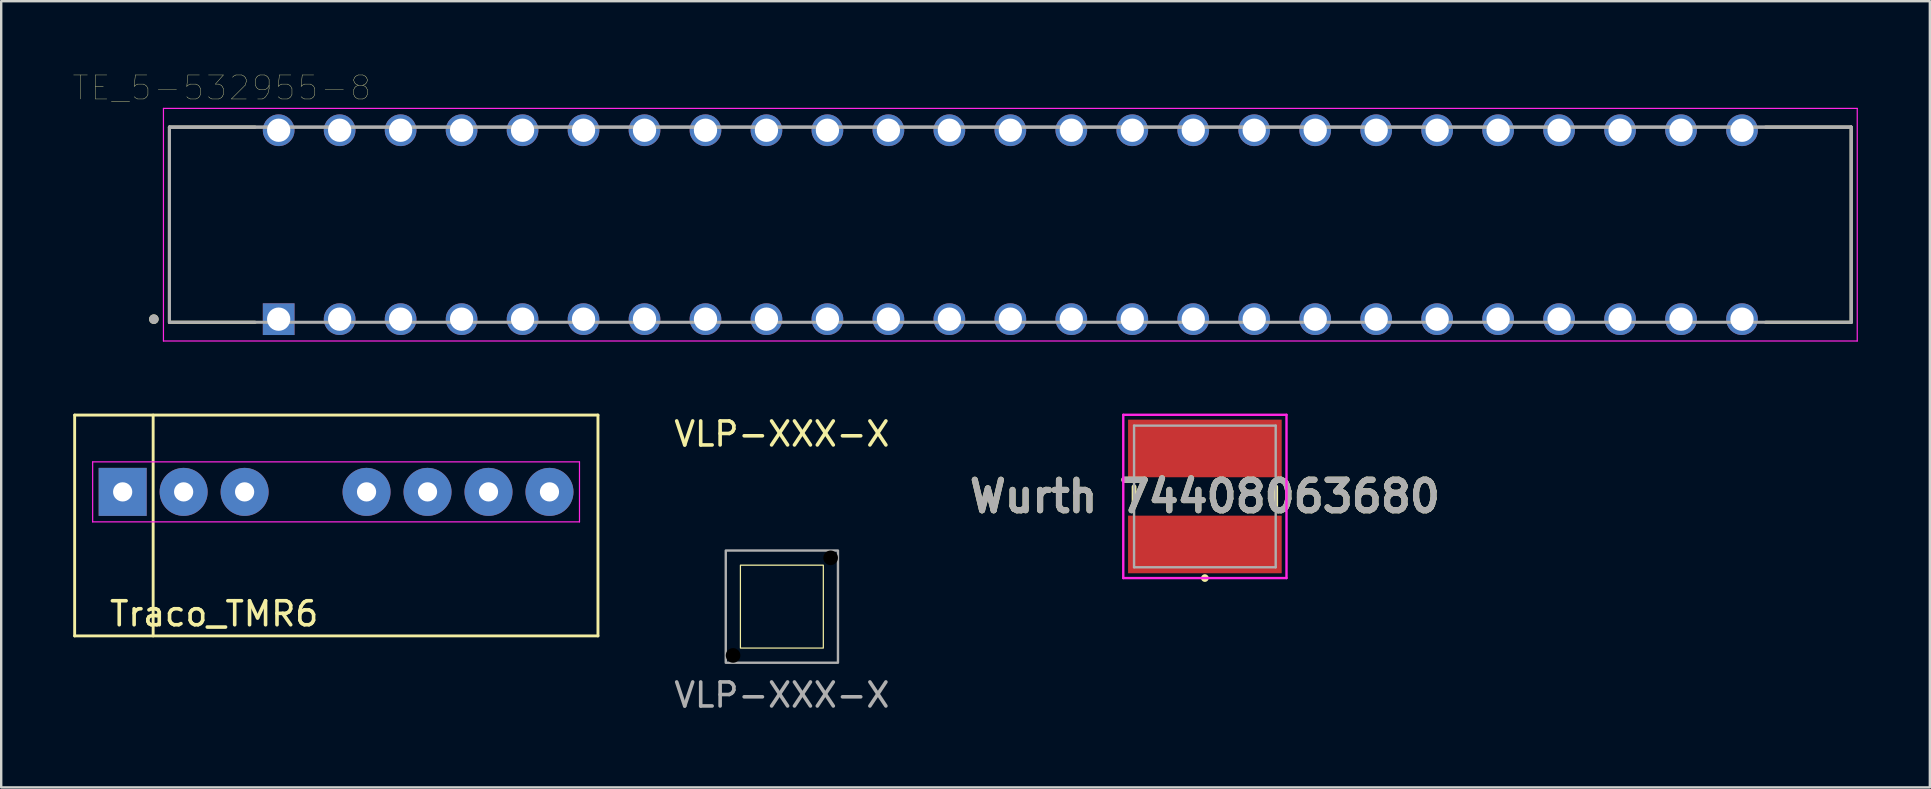
<source format=kicad_pcb>
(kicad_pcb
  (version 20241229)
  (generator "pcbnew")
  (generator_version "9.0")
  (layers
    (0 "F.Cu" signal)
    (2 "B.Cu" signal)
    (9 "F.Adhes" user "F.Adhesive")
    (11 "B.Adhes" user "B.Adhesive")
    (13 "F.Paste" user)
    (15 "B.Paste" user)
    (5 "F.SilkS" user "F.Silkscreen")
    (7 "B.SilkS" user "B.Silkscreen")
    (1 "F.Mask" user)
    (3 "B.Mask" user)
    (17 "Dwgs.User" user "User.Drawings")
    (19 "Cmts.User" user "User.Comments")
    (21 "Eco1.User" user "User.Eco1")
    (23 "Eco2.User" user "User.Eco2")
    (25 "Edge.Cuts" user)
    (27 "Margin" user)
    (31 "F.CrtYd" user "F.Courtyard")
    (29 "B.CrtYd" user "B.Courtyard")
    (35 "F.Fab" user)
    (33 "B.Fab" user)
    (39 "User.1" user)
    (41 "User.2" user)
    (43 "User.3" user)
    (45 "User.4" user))
  (footprint "Wurth 74408063680"
    (layer "F.Cu")
    (at 47.143 17.631)
    (property "Reference" "Wurth 74408063680" (at 0 0 0) (layer "F.SilkS") (effects (font (size 1.27 1.27) (thickness 0.254))))
    (attr smd)
    (fp_line (start -2.95 0.4) (end -2.95 -0.4) (stroke (width 0.2) (type solid)) (layer "F.SilkS"))
    (fp_line (start 2.95 0.4) (end 2.95 -0.4) (stroke (width 0.2) (type solid)) (layer "F.SilkS"))
    (fp_circle (center 0 3.4) (end 0.1 3.4) (stroke (width 0.12) (type solid)) (fill yes) (layer "F.SilkS"))
    (fp_line (start -3.4 -3.4) (end -3.4 3.4) (stroke (width 0.1) (type solid)) (layer "F.CrtYd"))
    (fp_line (start -3.4 3.4) (end 3.4 3.4) (stroke (width 0.1) (type solid)) (layer "F.CrtYd"))
    (fp_line (start 3.4 -3.4) (end -3.4 -3.4) (stroke (width 0.1) (type solid)) (layer "F.CrtYd"))
    (fp_line (start 3.4 3.4) (end 3.4 -3.4) (stroke (width 0.1) (type solid)) (layer "F.CrtYd"))
    (fp_line (start -2.95 -2.95) (end -2.95 2.95) (stroke (width 0.1) (type solid)) (layer "F.Fab"))
    (fp_line (start -2.95 2.95) (end 2.95 2.95) (stroke (width 0.1) (type solid)) (layer "F.Fab"))
    (fp_line (start 2.95 -2.95) (end -2.95 -2.95) (stroke (width 0.1) (type solid)) (layer "F.Fab"))
    (fp_line (start 2.95 2.95) (end 2.95 -2.95) (stroke (width 0.1) (type solid)) (layer "F.Fab"))
    (fp_text user "${REFERENCE}" (at 0 0 0) (layer "F.Fab") (effects (font (size 1.27 1.27) (thickness 0.254))))
    (pad "1" smd rect (at 0 2 90) (size 2.4 6.4) (layers "F.Cu" "F.Mask" "F.Paste"))
    (pad "2" smd rect (at 0 -2 90) (size 2.4 6.4) (layers "F.Cu" "F.Mask" "F.Paste")))
  (footprint "TE_5-532955-8"
    (layer "F.Cu")
    (at 8.559 10.246)
    (property "Reference" "TE_5-532955-8" (at -2.375 -9.635 0) (layer "F.SilkS") (effects (font (size 1 1) (thickness 0.015))))
    (attr through_hole)
    (fp_line (start -4.55 -8) (end -0.98 -8) (stroke (width 0.127) (type solid)) (layer "F.SilkS"))
    (fp_line (start -4.55 0.13) (end -4.55 -8) (stroke (width 0.127) (type solid)) (layer "F.SilkS"))
    (fp_line (start -0.98 0.13) (end -4.55 0.13) (stroke (width 0.127) (type solid)) (layer "F.SilkS"))
    (fp_line (start 61.94 -8) (end 65.51 -8) (stroke (width 0.127) (type solid)) (layer "F.SilkS"))
    (fp_line (start 61.94 0.13) (end 65.51 0.13) (stroke (width 0.127) (type solid)) (layer "F.SilkS"))
    (fp_line (start 65.51 -8) (end 65.51 0.13) (stroke (width 0.127) (type solid)) (layer "F.SilkS"))
    (fp_circle (center -5.2 0) (end -5.1 0) (stroke (width 0.2) (type solid)) (fill no) (layer "F.SilkS"))
    (fp_line (start -4.8 -8.78) (end 65.76 -8.78) (stroke (width 0.05) (type solid)) (layer "F.CrtYd"))
    (fp_line (start -4.8 0.91) (end -4.8 -8.78) (stroke (width 0.05) (type solid)) (layer "F.CrtYd"))
    (fp_line (start 65.76 -8.78) (end 65.76 0.91) (stroke (width 0.05) (type solid)) (layer "F.CrtYd"))
    (fp_line (start 65.76 0.91) (end -4.8 0.91) (stroke (width 0.05) (type solid)) (layer "F.CrtYd"))
    (fp_line (start -4.55 -8) (end 65.51 -8) (stroke (width 0.127) (type solid)) (layer "F.Fab"))
    (fp_line (start -4.55 -8) (end 65.51 -8) (stroke (width 0.127) (type solid)) (layer "F.Fab"))
    (fp_line (start -4.55 0.13) (end -4.55 -8) (stroke (width 0.127) (type solid)) (layer "F.Fab"))
    (fp_line (start -4.55 0.13) (end -4.55 -8) (stroke (width 0.127) (type solid)) (layer "F.Fab"))
    (fp_line (start 65.51 -8) (end 65.51 0.13) (stroke (width 0.127) (type solid)) (layer "F.Fab"))
    (fp_line (start 65.51 -8) (end 65.51 0.13) (stroke (width 0.127) (type solid)) (layer "F.Fab"))
    (fp_line (start 65.51 0.13) (end -4.55 0.13) (stroke (width 0.127) (type solid)) (layer "F.Fab"))
    (fp_circle (center -5.2 0) (end -5.1 0) (stroke (width 0.2) (type solid)) (fill no) (layer "F.Fab"))
    (pad "1" thru_hole rect (at 0 0) (size 1.32 1.32) (drill 0.97) (layers "*.Cu" "*.Mask"))
    (pad "2" thru_hole circle (at 2.54 0) (size 1.32 1.32) (drill 0.97) (layers "*.Cu" "*.Mask"))
    (pad "3" thru_hole circle (at 5.08 0) (size 1.32 1.32) (drill 0.97) (layers "*.Cu" "*.Mask"))
    (pad "4" thru_hole circle (at 7.62 0) (size 1.32 1.32) (drill 0.97) (layers "*.Cu" "*.Mask"))
    (pad "5" thru_hole circle (at 10.16 0) (size 1.32 1.32) (drill 0.97) (layers "*.Cu" "*.Mask"))
    (pad "6" thru_hole circle (at 12.7 0) (size 1.32 1.32) (drill 0.97) (layers "*.Cu" "*.Mask"))
    (pad "7" thru_hole circle (at 15.24 0) (size 1.32 1.32) (drill 0.97) (layers "*.Cu" "*.Mask"))
    (pad "8" thru_hole circle (at 17.78 0) (size 1.32 1.32) (drill 0.97) (layers "*.Cu" "*.Mask"))
    (pad "9" thru_hole circle (at 20.32 0) (size 1.32 1.32) (drill 0.97) (layers "*.Cu" "*.Mask"))
    (pad "10" thru_hole circle (at 22.86 0) (size 1.32 1.32) (drill 0.97) (layers "*.Cu" "*.Mask"))
    (pad "11" thru_hole circle (at 25.4 0) (size 1.32 1.32) (drill 0.97) (layers "*.Cu" "*.Mask"))
    (pad "12" thru_hole circle (at 27.94 0) (size 1.32 1.32) (drill 0.97) (layers "*.Cu" "*.Mask"))
    (pad "13" thru_hole circle (at 30.48 0) (size 1.32 1.32) (drill 0.97) (layers "*.Cu" "*.Mask"))
    (pad "14" thru_hole circle (at 33.02 0) (size 1.32 1.32) (drill 0.97) (layers "*.Cu" "*.Mask"))
    (pad "15" thru_hole circle (at 35.56 0) (size 1.32 1.32) (drill 0.97) (layers "*.Cu" "*.Mask"))
    (pad "16" thru_hole circle (at 38.1 0) (size 1.32 1.32) (drill 0.97) (layers "*.Cu" "*.Mask"))
    (pad "17" thru_hole circle (at 40.64 0) (size 1.32 1.32) (drill 0.97) (layers "*.Cu" "*.Mask"))
    (pad "18" thru_hole circle (at 43.18 0) (size 1.32 1.32) (drill 0.97) (layers "*.Cu" "*.Mask"))
    (pad "19" thru_hole circle (at 45.72 0) (size 1.32 1.32) (drill 0.97) (layers "*.Cu" "*.Mask"))
    (pad "20" thru_hole circle (at 48.26 0) (size 1.32 1.32) (drill 0.97) (layers "*.Cu" "*.Mask"))
    (pad "21" thru_hole circle (at 50.8 0) (size 1.32 1.32) (drill 0.97) (layers "*.Cu" "*.Mask"))
    (pad "22" thru_hole circle (at 53.34 0) (size 1.32 1.32) (drill 0.97) (layers "*.Cu" "*.Mask"))
    (pad "23" thru_hole circle (at 55.88 0) (size 1.32 1.32) (drill 0.97) (layers "*.Cu" "*.Mask"))
    (pad "24" thru_hole circle (at 58.42 0) (size 1.32 1.32) (drill 0.97) (layers "*.Cu" "*.Mask"))
    (pad "25" thru_hole circle (at 60.96 0) (size 1.32 1.32) (drill 0.97) (layers "*.Cu" "*.Mask"))
    (pad "26" thru_hole circle (at 0 -7.87) (size 1.32 1.32) (drill 0.97) (layers "*.Cu" "*.Mask"))
    (pad "27" thru_hole circle (at 2.54 -7.87) (size 1.32 1.32) (drill 0.97) (layers "*.Cu" "*.Mask"))
    (pad "28" thru_hole circle (at 5.08 -7.87) (size 1.32 1.32) (drill 0.97) (layers "*.Cu" "*.Mask"))
    (pad "29" thru_hole circle (at 7.62 -7.87) (size 1.32 1.32) (drill 0.97) (layers "*.Cu" "*.Mask"))
    (pad "30" thru_hole circle (at 10.16 -7.87) (size 1.32 1.32) (drill 0.97) (layers "*.Cu" "*.Mask"))
    (pad "31" thru_hole circle (at 12.7 -7.87) (size 1.32 1.32) (drill 0.97) (layers "*.Cu" "*.Mask"))
    (pad "32" thru_hole circle (at 15.24 -7.87) (size 1.32 1.32) (drill 0.97) (layers "*.Cu" "*.Mask"))
    (pad "33" thru_hole circle (at 17.78 -7.87) (size 1.32 1.32) (drill 0.97) (layers "*.Cu" "*.Mask"))
    (pad "34" thru_hole circle (at 20.32 -7.87) (size 1.32 1.32) (drill 0.97) (layers "*.Cu" "*.Mask"))
    (pad "35" thru_hole circle (at 22.86 -7.87) (size 1.32 1.32) (drill 0.97) (layers "*.Cu" "*.Mask"))
    (pad "36" thru_hole circle (at 25.4 -7.87) (size 1.32 1.32) (drill 0.97) (layers "*.Cu" "*.Mask"))
    (pad "37" thru_hole circle (at 27.94 -7.87) (size 1.32 1.32) (drill 0.97) (layers "*.Cu" "*.Mask"))
    (pad "38" thru_hole circle (at 30.48 -7.87) (size 1.32 1.32) (drill 0.97) (layers "*.Cu" "*.Mask"))
    (pad "39" thru_hole circle (at 33.02 -7.87) (size 1.32 1.32) (drill 0.97) (layers "*.Cu" "*.Mask"))
    (pad "40" thru_hole circle (at 35.56 -7.87) (size 1.32 1.32) (drill 0.97) (layers "*.Cu" "*.Mask"))
    (pad "41" thru_hole circle (at 38.1 -7.87) (size 1.32 1.32) (drill 0.97) (layers "*.Cu" "*.Mask"))
    (pad "42" thru_hole circle (at 40.64 -7.87) (size 1.32 1.32) (drill 0.97) (layers "*.Cu" "*.Mask"))
    (pad "43" thru_hole circle (at 43.18 -7.87) (size 1.32 1.32) (drill 0.97) (layers "*.Cu" "*.Mask"))
    (pad "44" thru_hole circle (at 45.72 -7.87) (size 1.32 1.32) (drill 0.97) (layers "*.Cu" "*.Mask"))
    (pad "45" thru_hole circle (at 48.26 -7.87) (size 1.32 1.32) (drill 0.97) (layers "*.Cu" "*.Mask"))
    (pad "46" thru_hole circle (at 50.8 -7.87) (size 1.32 1.32) (drill 0.97) (layers "*.Cu" "*.Mask"))
    (pad "47" thru_hole circle (at 53.34 -7.87) (size 1.32 1.32) (drill 0.97) (layers "*.Cu" "*.Mask"))
    (pad "48" thru_hole circle (at 55.88 -7.87) (size 1.32 1.32) (drill 0.97) (layers "*.Cu" "*.Mask"))
    (pad "49" thru_hole circle (at 58.42 -7.87) (size 1.32 1.32) (drill 0.97) (layers "*.Cu" "*.Mask"))
    (pad "50" thru_hole circle (at 60.96 -7.87) (size 1.32 1.32) (drill 0.97) (layers "*.Cu" "*.Mask")))
  (footprint "Traco_TMR6"
    (layer "F.Cu")
    (at 2.06 17.441)
    (property "Reference" "Traco_TMR6" (at 3.81 5.08 0) (layer "F.SilkS") (effects (font (size 1 1) (thickness 0.15))))
    (attr through_hole)
    (fp_line (start -2 -3.2) (end 19.8 -3.2) (stroke (width 0.12) (type solid)) (layer "F.SilkS"))
    (fp_line (start -2 6) (end -2 -3.2) (stroke (width 0.12) (type solid)) (layer "F.SilkS"))
    (fp_line (start 1.27 -3.2) (end 1.27 6) (stroke (width 0.12) (type solid)) (layer "F.SilkS"))
    (fp_line (start 19.8 6) (end -2 6) (stroke (width 0.12) (type solid)) (layer "F.SilkS"))
    (fp_line (start 19.8 6) (end 19.8 -3.2) (stroke (width 0.12) (type solid)) (layer "F.SilkS"))
    (fp_line (start -1.25 -1.25) (end 19.03 -1.25) (stroke (width 0.05) (type solid)) (layer "F.CrtYd"))
    (fp_line (start -1.25 1.25) (end -1.25 -1.25) (stroke (width 0.05) (type solid)) (layer "F.CrtYd"))
    (fp_line (start 19.03 -1.25) (end 19.03 1.25) (stroke (width 0.05) (type solid)) (layer "F.CrtYd"))
    (fp_line (start 19.03 1.25) (end -1.25 1.25) (stroke (width 0.05) (type solid)) (layer "F.CrtYd"))
    (pad "1" thru_hole rect (at 0 0) (size 2 2) (drill 0.8) (layers "*.Cu" "*.Mask"))
    (pad "2" thru_hole circle (at 2.54 0) (size 2 2) (drill 0.8) (layers "*.Cu" "*.Mask"))
    (pad "3" thru_hole circle (at 5.08 0) (size 2 2) (drill 0.8) (layers "*.Cu" "*.Mask"))
    (pad "5" thru_hole circle (at 10.16 0) (size 2 2) (drill 0.8) (layers "*.Cu" "*.Mask"))
    (pad "6" thru_hole circle (at 12.7 0) (size 2 2) (drill 0.8) (layers "*.Cu" "*.Mask"))
    (pad "7" thru_hole circle (at 15.24 0) (size 2 2) (drill 0.8) (layers "*.Cu" "*.Mask"))
    (pad "8" thru_hole circle (at 17.78 0) (size 2 2) (drill 0.8) (layers "*.Cu" "*.Mask")))
  (footprint "VLP-XXX-X"
    (layer "F.Cu")
    (at 29.521 22.221)
    (property "Reference" "VLP-XXX-X" (at 0 -7.191 0) (unlocked yes) (layer "F.SilkS") (effects (font (size 1 1) (thickness 0.15))))
    (attr board_only exclude_from_pos_files exclude_from_bom)
    (fp_rect (start -1.727 -1.727) (end 1.727 1.727) (stroke (width 0.051) (type solid)) (fill no) (layer "F.SilkS"))
    (fp_rect (start -2.337 -2.337) (end 2.337 2.337) (stroke (width 0.1) (type solid)) (fill no) (layer "F.Fab"))
    (fp_text user "${REFERENCE}" (at 0 3.683 0) (unlocked yes) (layer "F.Fab") (effects (font (size 1 1) (thickness 0.15))))
    (pad "" np_thru_hole circle (at -2.032 2.032) (size 0.61 0.61) (drill 0.61) (layers "*.Mask"))
    (pad "" np_thru_hole circle (at 2.032 -2.032) (size 0.61 0.61) (drill 0.61) (layers "*.Mask")))
  (gr_rect
    (start -3 -3)
    (end 77.344 29.752)
    (stroke (width 0.1) (type default))
    (fill no)
    (layer "Edge.Cuts")))
</source>
